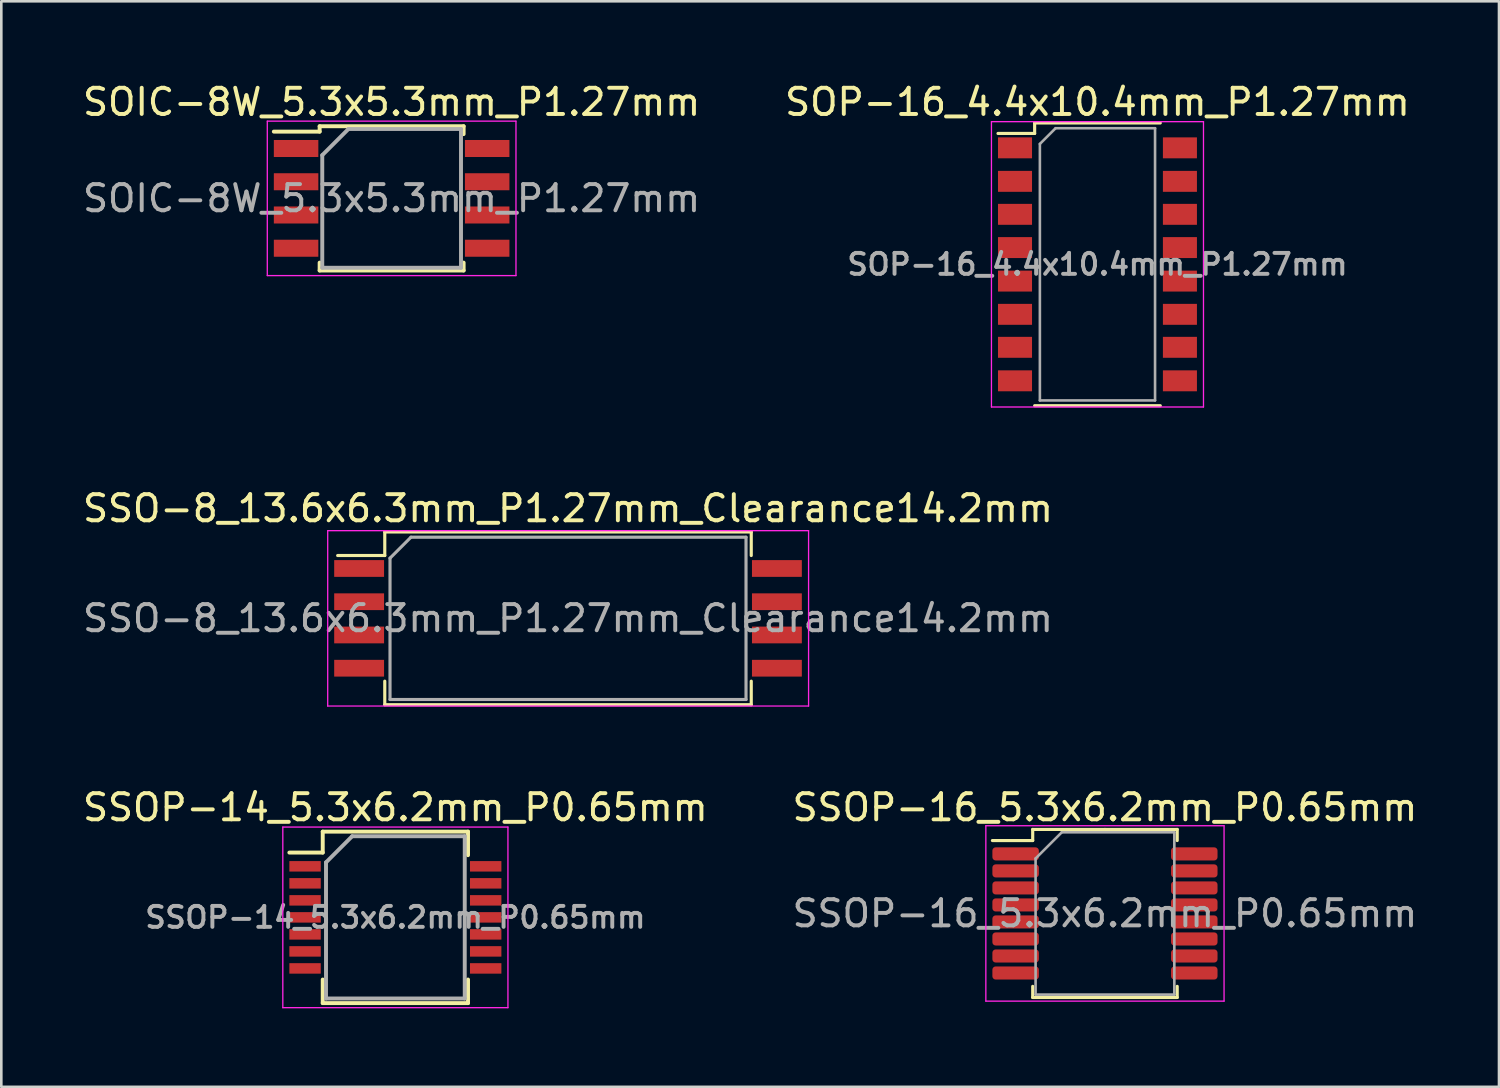
<source format=kicad_pcb>
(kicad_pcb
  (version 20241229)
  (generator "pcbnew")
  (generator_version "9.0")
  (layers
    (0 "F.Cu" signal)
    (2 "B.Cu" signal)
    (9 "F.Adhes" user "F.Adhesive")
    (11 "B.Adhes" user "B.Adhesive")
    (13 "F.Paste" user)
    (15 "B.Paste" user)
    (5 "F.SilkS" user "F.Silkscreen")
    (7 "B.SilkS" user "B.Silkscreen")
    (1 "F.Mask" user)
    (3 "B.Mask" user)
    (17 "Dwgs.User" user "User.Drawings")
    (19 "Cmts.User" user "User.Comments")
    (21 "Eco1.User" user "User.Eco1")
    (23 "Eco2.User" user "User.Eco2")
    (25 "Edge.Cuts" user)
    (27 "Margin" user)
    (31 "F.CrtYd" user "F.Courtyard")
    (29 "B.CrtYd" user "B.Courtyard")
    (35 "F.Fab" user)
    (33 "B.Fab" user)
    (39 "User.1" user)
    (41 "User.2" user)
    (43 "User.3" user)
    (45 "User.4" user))
  (footprint "SOIC-8W_5.3x5.3mm_P1.27mm"
    (layer "F.Cu")
    (at 11.911 4.528)
    (property "Reference" "SOIC-8W_5.3x5.3mm_P1.27mm" (at 0 -3.68 0) (layer "F.SilkS") (effects (font (size 1 1) (thickness 0.15))))
    (attr smd)
    (fp_line (start -2.75 -2.755) (end -2.75 -2.55) (stroke (width 0.15) (type solid)) (layer "F.SilkS"))
    (fp_line (start -2.75 -2.755) (end 2.75 -2.755) (stroke (width 0.15) (type solid)) (layer "F.SilkS"))
    (fp_line (start -2.75 -2.55) (end -4.5 -2.55) (stroke (width 0.15) (type solid)) (layer "F.SilkS"))
    (fp_line (start -2.75 2.755) (end -2.75 2.455) (stroke (width 0.15) (type solid)) (layer "F.SilkS"))
    (fp_line (start -2.75 2.755) (end 2.75 2.755) (stroke (width 0.15) (type solid)) (layer "F.SilkS"))
    (fp_line (start 2.75 -2.755) (end 2.75 -2.455) (stroke (width 0.15) (type solid)) (layer "F.SilkS"))
    (fp_line (start 2.75 2.755) (end 2.75 2.455) (stroke (width 0.15) (type solid)) (layer "F.SilkS"))
    (fp_line (start -4.75 -2.95) (end -4.75 2.95) (stroke (width 0.05) (type solid)) (layer "F.CrtYd"))
    (fp_line (start -4.75 -2.95) (end 4.75 -2.95) (stroke (width 0.05) (type solid)) (layer "F.CrtYd"))
    (fp_line (start -4.75 2.95) (end 4.75 2.95) (stroke (width 0.05) (type solid)) (layer "F.CrtYd"))
    (fp_line (start 4.75 -2.95) (end 4.75 2.95) (stroke (width 0.05) (type solid)) (layer "F.CrtYd"))
    (fp_line (start -2.65 -1.65) (end -1.65 -2.65) (stroke (width 0.15) (type solid)) (layer "F.Fab"))
    (fp_line (start -2.65 2.65) (end -2.65 -1.65) (stroke (width 0.15) (type solid)) (layer "F.Fab"))
    (fp_line (start -1.65 -2.65) (end 2.65 -2.65) (stroke (width 0.15) (type solid)) (layer "F.Fab"))
    (fp_line (start 2.65 -2.65) (end 2.65 2.65) (stroke (width 0.15) (type solid)) (layer "F.Fab"))
    (fp_line (start 2.65 2.65) (end -2.65 2.65) (stroke (width 0.15) (type solid)) (layer "F.Fab"))
    (fp_text user "${REFERENCE}" (at 0 0 0) (layer "F.Fab") (effects (font (size 1 1) (thickness 0.15))))
    (pad "1" smd rect (at -3.65 -1.905) (size 1.7 0.65) (layers "F.Cu" "F.Mask" "F.Paste"))
    (pad "2" smd rect (at -3.65 -0.635) (size 1.7 0.65) (layers "F.Cu" "F.Mask" "F.Paste"))
    (pad "3" smd rect (at -3.65 0.635) (size 1.7 0.65) (layers "F.Cu" "F.Mask" "F.Paste"))
    (pad "4" smd rect (at -3.65 1.905) (size 1.7 0.65) (layers "F.Cu" "F.Mask" "F.Paste"))
    (pad "5" smd rect (at 3.65 1.905) (size 1.7 0.65) (layers "F.Cu" "F.Mask" "F.Paste"))
    (pad "6" smd rect (at 3.65 0.635) (size 1.7 0.65) (layers "F.Cu" "F.Mask" "F.Paste"))
    (pad "7" smd rect (at 3.65 -0.635) (size 1.7 0.65) (layers "F.Cu" "F.Mask" "F.Paste"))
    (pad "8" smd rect (at 3.65 -1.905) (size 1.7 0.65) (layers "F.Cu" "F.Mask" "F.Paste")))
  (footprint "SSOP-14_5.3x6.2mm_P0.65mm"
    (layer "F.Cu")
    (at 12.054 31.995)
    (property "Reference" "SSOP-14_5.3x6.2mm_P0.65mm" (at 0 -4.2 0) (layer "F.SilkS") (effects (font (size 1 1) (thickness 0.15))))
    (attr smd)
    (fp_line (start -2.775 -3.275) (end -2.775 -2.475) (stroke (width 0.15) (type solid)) (layer "F.SilkS"))
    (fp_line (start -2.775 -3.275) (end 2.775 -3.275) (stroke (width 0.15) (type solid)) (layer "F.SilkS"))
    (fp_line (start -2.775 -2.475) (end -4.05 -2.475) (stroke (width 0.15) (type solid)) (layer "F.SilkS"))
    (fp_line (start -2.775 3.275) (end -2.775 2.375) (stroke (width 0.15) (type solid)) (layer "F.SilkS"))
    (fp_line (start -2.775 3.275) (end 2.775 3.275) (stroke (width 0.15) (type solid)) (layer "F.SilkS"))
    (fp_line (start 2.775 -3.275) (end 2.775 -2.375) (stroke (width 0.15) (type solid)) (layer "F.SilkS"))
    (fp_line (start 2.775 3.275) (end 2.775 2.375) (stroke (width 0.15) (type solid)) (layer "F.SilkS"))
    (fp_line (start -4.3 -3.45) (end -4.3 3.45) (stroke (width 0.05) (type solid)) (layer "F.CrtYd"))
    (fp_line (start -4.3 -3.45) (end 4.3 -3.45) (stroke (width 0.05) (type solid)) (layer "F.CrtYd"))
    (fp_line (start -4.3 3.45) (end 4.3 3.45) (stroke (width 0.05) (type solid)) (layer "F.CrtYd"))
    (fp_line (start 4.3 -3.45) (end 4.3 3.45) (stroke (width 0.05) (type solid)) (layer "F.CrtYd"))
    (fp_line (start -2.65 -2.1) (end -1.65 -3.1) (stroke (width 0.15) (type solid)) (layer "F.Fab"))
    (fp_line (start -2.65 3.1) (end -2.65 -2.1) (stroke (width 0.15) (type solid)) (layer "F.Fab"))
    (fp_line (start -1.65 -3.1) (end 2.65 -3.1) (stroke (width 0.15) (type solid)) (layer "F.Fab"))
    (fp_line (start 2.65 -3.1) (end 2.65 3.1) (stroke (width 0.15) (type solid)) (layer "F.Fab"))
    (fp_line (start 2.65 3.1) (end -2.65 3.1) (stroke (width 0.15) (type solid)) (layer "F.Fab"))
    (fp_text user "${REFERENCE}" (at 0 0 0) (layer "F.Fab") (effects (font (size 0.8 0.8) (thickness 0.15))))
    (pad "1" smd rect (at -3.45 -1.95) (size 1.2 0.4) (layers "F.Cu" "F.Mask" "F.Paste"))
    (pad "2" smd rect (at -3.45 -1.3) (size 1.2 0.4) (layers "F.Cu" "F.Mask" "F.Paste"))
    (pad "3" smd rect (at -3.45 -0.65) (size 1.2 0.4) (layers "F.Cu" "F.Mask" "F.Paste"))
    (pad "4" smd rect (at -3.45 0) (size 1.2 0.4) (layers "F.Cu" "F.Mask" "F.Paste"))
    (pad "5" smd rect (at -3.45 0.65) (size 1.2 0.4) (layers "F.Cu" "F.Mask" "F.Paste"))
    (pad "6" smd rect (at -3.45 1.3) (size 1.2 0.4) (layers "F.Cu" "F.Mask" "F.Paste"))
    (pad "7" smd rect (at -3.45 1.95) (size 1.2 0.4) (layers "F.Cu" "F.Mask" "F.Paste"))
    (pad "8" smd rect (at 3.45 1.95) (size 1.2 0.4) (layers "F.Cu" "F.Mask" "F.Paste"))
    (pad "9" smd rect (at 3.45 1.3) (size 1.2 0.4) (layers "F.Cu" "F.Mask" "F.Paste"))
    (pad "10" smd rect (at 3.45 0.65) (size 1.2 0.4) (layers "F.Cu" "F.Mask" "F.Paste"))
    (pad "11" smd rect (at 3.45 0) (size 1.2 0.4) (layers "F.Cu" "F.Mask" "F.Paste"))
    (pad "12" smd rect (at 3.45 -0.65) (size 1.2 0.4) (layers "F.Cu" "F.Mask" "F.Paste"))
    (pad "13" smd rect (at 3.45 -1.3) (size 1.2 0.4) (layers "F.Cu" "F.Mask" "F.Paste"))
    (pad "14" smd rect (at 3.45 -1.95) (size 1.2 0.4) (layers "F.Cu" "F.Mask" "F.Paste")))
  (footprint "SOP-16_4.4x10.4mm_P1.27mm"
    (layer "F.Cu")
    (at 38.875 7.048)
    (property "Reference" "SOP-16_4.4x10.4mm_P1.27mm" (at 0 -6.2 0) (layer "F.SilkS") (effects (font (size 1 1) (thickness 0.15))))
    (attr smd)
    (fp_line (start -2.4 -5.4) (end -2.4 -5) (stroke (width 0.12) (type solid)) (layer "F.SilkS"))
    (fp_line (start -2.4 -5.4) (end 2.4 -5.4) (stroke (width 0.12) (type solid)) (layer "F.SilkS"))
    (fp_line (start -2.4 -5) (end -3.8 -5) (stroke (width 0.12) (type solid)) (layer "F.SilkS"))
    (fp_line (start -2.4 5.4) (end 2.4 5.4) (stroke (width 0.12) (type solid)) (layer "F.SilkS"))
    (fp_line (start -4.05 -5.45) (end -4.05 5.45) (stroke (width 0.05) (type solid)) (layer "F.CrtYd"))
    (fp_line (start -4.05 -5.45) (end 4.05 -5.45) (stroke (width 0.05) (type solid)) (layer "F.CrtYd"))
    (fp_line (start 4.05 5.45) (end -4.05 5.45) (stroke (width 0.05) (type solid)) (layer "F.CrtYd"))
    (fp_line (start 4.05 5.45) (end 4.05 -5.45) (stroke (width 0.05) (type solid)) (layer "F.CrtYd"))
    (fp_line (start -2.2 -4.6) (end -1.6 -5.2) (stroke (width 0.1) (type solid)) (layer "F.Fab"))
    (fp_line (start -2.2 5.2) (end -2.2 -4.6) (stroke (width 0.1) (type solid)) (layer "F.Fab"))
    (fp_line (start -1.6 -5.2) (end 2.2 -5.2) (stroke (width 0.1) (type solid)) (layer "F.Fab"))
    (fp_line (start 2.2 -5.2) (end 2.2 5.2) (stroke (width 0.1) (type solid)) (layer "F.Fab"))
    (fp_line (start 2.2 5.2) (end -2.2 5.2) (stroke (width 0.1) (type solid)) (layer "F.Fab"))
    (fp_text user "${REFERENCE}" (at 0 0 0) (layer "F.Fab") (effects (font (size 0.8 0.8) (thickness 0.15))))
    (pad "1" smd rect (at -3.15 -4.45) (size 1.3 0.8) (layers "F.Cu" "F.Mask" "F.Paste"))
    (pad "2" smd rect (at -3.15 -3.17) (size 1.3 0.8) (layers "F.Cu" "F.Mask" "F.Paste"))
    (pad "3" smd rect (at -3.15 -1.91) (size 1.3 0.8) (layers "F.Cu" "F.Mask" "F.Paste"))
    (pad "4" smd rect (at -3.15 -0.64) (size 1.3 0.8) (layers "F.Cu" "F.Mask" "F.Paste"))
    (pad "5" smd rect (at -3.15 0.64) (size 1.3 0.8) (layers "F.Cu" "F.Mask" "F.Paste"))
    (pad "6" smd rect (at -3.15 1.91) (size 1.3 0.8) (layers "F.Cu" "F.Mask" "F.Paste"))
    (pad "7" smd rect (at -3.15 3.17) (size 1.3 0.8) (layers "F.Cu" "F.Mask" "F.Paste"))
    (pad "8" smd rect (at -3.15 4.45) (size 1.3 0.8) (layers "F.Cu" "F.Mask" "F.Paste"))
    (pad "9" smd rect (at 3.15 4.45) (size 1.3 0.8) (layers "F.Cu" "F.Mask" "F.Paste"))
    (pad "10" smd rect (at 3.15 3.17) (size 1.3 0.8) (layers "F.Cu" "F.Mask" "F.Paste"))
    (pad "11" smd rect (at 3.15 1.91) (size 1.3 0.8) (layers "F.Cu" "F.Mask" "F.Paste"))
    (pad "12" smd rect (at 3.15 0.64) (size 1.3 0.8) (layers "F.Cu" "F.Mask" "F.Paste"))
    (pad "13" smd rect (at 3.15 -0.64) (size 1.3 0.8) (layers "F.Cu" "F.Mask" "F.Paste"))
    (pad "14" smd rect (at 3.15 -1.91) (size 1.3 0.8) (layers "F.Cu" "F.Mask" "F.Paste"))
    (pad "15" smd rect (at 3.15 -3.17) (size 1.3 0.8) (layers "F.Cu" "F.Mask" "F.Paste"))
    (pad "16" smd rect (at 3.15 -4.45) (size 1.3 0.8) (layers "F.Cu" "F.Mask" "F.Paste")))
  (footprint "SSO-8_13.6x6.3mm_P1.27mm_Clearance14.2mm"
    (layer "F.Cu")
    (at 18.649 20.572)
    (property "Reference" "SSO-8_13.6x6.3mm_P1.27mm_Clearance14.2mm" (at 0 -4.2 0) (layer "F.SilkS") (effects (font (size 1 1) (thickness 0.15))))
    (attr smd)
    (fp_line (start -8.8 -2.4) (end -7 -2.4) (stroke (width 0.12) (type solid)) (layer "F.SilkS"))
    (fp_line (start -7 -3.3) (end 7 -3.3) (stroke (width 0.12) (type solid)) (layer "F.SilkS"))
    (fp_line (start -7 -2.4) (end -7 -3.3) (stroke (width 0.12) (type solid)) (layer "F.SilkS"))
    (fp_line (start -7 3.3) (end -7 2.4) (stroke (width 0.12) (type solid)) (layer "F.SilkS"))
    (fp_line (start 7 -3.3) (end 7 -2.4) (stroke (width 0.12) (type solid)) (layer "F.SilkS"))
    (fp_line (start 7 2.4) (end 7 3.3) (stroke (width 0.12) (type solid)) (layer "F.SilkS"))
    (fp_line (start 7 3.3) (end -7 3.3) (stroke (width 0.12) (type solid)) (layer "F.SilkS"))
    (fp_line (start -9.18 -3.35) (end -9.18 3.35) (stroke (width 0.05) (type solid)) (layer "F.CrtYd"))
    (fp_line (start -9.18 -3.35) (end 9.19 -3.35) (stroke (width 0.05) (type solid)) (layer "F.CrtYd"))
    (fp_line (start 9.19 3.35) (end -9.18 3.35) (stroke (width 0.05) (type solid)) (layer "F.CrtYd"))
    (fp_line (start 9.19 3.35) (end 9.19 -3.35) (stroke (width 0.05) (type solid)) (layer "F.CrtYd"))
    (fp_line (start -6.8 -2.3) (end -6.8 3.1) (stroke (width 0.12) (type solid)) (layer "F.Fab"))
    (fp_line (start -6.8 3.1) (end 6.8 3.1) (stroke (width 0.12) (type solid)) (layer "F.Fab"))
    (fp_line (start -6 -3.1) (end -6.8 -2.3) (stroke (width 0.12) (type solid)) (layer "F.Fab"))
    (fp_line (start 6.8 -3.1) (end -6 -3.1) (stroke (width 0.12) (type solid)) (layer "F.Fab"))
    (fp_line (start 6.8 3.1) (end 6.8 -3.1) (stroke (width 0.12) (type solid)) (layer "F.Fab"))
    (fp_text user "${REFERENCE}" (at 0 0 0) (layer "F.Fab") (effects (font (size 1 1) (thickness 0.15))))
    (pad "1" smd rect (at -7.98 -1.905) (size 1.905 0.64) (layers "F.Cu" "F.Mask" "F.Paste"))
    (pad "2" smd rect (at -7.98 -0.635) (size 1.905 0.64) (layers "F.Cu" "F.Mask" "F.Paste"))
    (pad "3" smd rect (at -7.98 0.635) (size 1.905 0.64) (layers "F.Cu" "F.Mask" "F.Paste"))
    (pad "4" smd rect (at -7.98 1.905) (size 1.905 0.64) (layers "F.Cu" "F.Mask" "F.Paste"))
    (pad "5" smd rect (at 7.98 1.905) (size 1.905 0.64) (layers "F.Cu" "F.Mask" "F.Paste"))
    (pad "6" smd rect (at 7.98 0.635) (size 1.905 0.64) (layers "F.Cu" "F.Mask" "F.Paste"))
    (pad "7" smd rect (at 7.98 -0.635) (size 1.905 0.64) (layers "F.Cu" "F.Mask" "F.Paste"))
    (pad "8" smd rect (at 7.98 -1.905) (size 1.905 0.64) (layers "F.Cu" "F.Mask" "F.Paste")))
  (footprint "SSOP-16_5.3x6.2mm_P0.65mm"
    (layer "F.Cu")
    (at 39.161 31.845)
    (property "Reference" "SSOP-16_5.3x6.2mm_P0.65mm" (at 0 -4.05 0) (layer "F.SilkS") (effects (font (size 1 1) (thickness 0.15))))
    (attr smd)
    (fp_line (start -2.76 -3.21) (end -2.76 -2.785) (stroke (width 0.12) (type solid)) (layer "F.SilkS"))
    (fp_line (start -2.76 -2.785) (end -4.3 -2.785) (stroke (width 0.12) (type solid)) (layer "F.SilkS"))
    (fp_line (start -2.76 3.21) (end -2.76 2.785) (stroke (width 0.12) (type solid)) (layer "F.SilkS"))
    (fp_line (start 0 -3.21) (end -2.76 -3.21) (stroke (width 0.12) (type solid)) (layer "F.SilkS"))
    (fp_line (start 0 -3.21) (end 2.76 -3.21) (stroke (width 0.12) (type solid)) (layer "F.SilkS"))
    (fp_line (start 0 3.21) (end -2.76 3.21) (stroke (width 0.12) (type solid)) (layer "F.SilkS"))
    (fp_line (start 0 3.21) (end 2.76 3.21) (stroke (width 0.12) (type solid)) (layer "F.SilkS"))
    (fp_line (start 2.76 -3.21) (end 2.76 -2.785) (stroke (width 0.12) (type solid)) (layer "F.SilkS"))
    (fp_line (start 2.76 3.21) (end 2.76 2.785) (stroke (width 0.12) (type solid)) (layer "F.SilkS"))
    (fp_line (start -4.55 -3.35) (end -4.55 3.35) (stroke (width 0.05) (type solid)) (layer "F.CrtYd"))
    (fp_line (start -4.55 3.35) (end 4.55 3.35) (stroke (width 0.05) (type solid)) (layer "F.CrtYd"))
    (fp_line (start 4.55 -3.35) (end -4.55 -3.35) (stroke (width 0.05) (type solid)) (layer "F.CrtYd"))
    (fp_line (start 4.55 3.35) (end 4.55 -3.35) (stroke (width 0.05) (type solid)) (layer "F.CrtYd"))
    (fp_line (start -2.65 -2.1) (end -1.65 -3.1) (stroke (width 0.1) (type solid)) (layer "F.Fab"))
    (fp_line (start -2.65 3.1) (end -2.65 -2.1) (stroke (width 0.1) (type solid)) (layer "F.Fab"))
    (fp_line (start -1.65 -3.1) (end 2.65 -3.1) (stroke (width 0.1) (type solid)) (layer "F.Fab"))
    (fp_line (start 2.65 -3.1) (end 2.65 3.1) (stroke (width 0.1) (type solid)) (layer "F.Fab"))
    (fp_line (start 2.65 3.1) (end -2.65 3.1) (stroke (width 0.1) (type solid)) (layer "F.Fab"))
    (fp_text user "${REFERENCE}" (at 0 0 0) (layer "F.Fab") (effects (font (size 1 1) (thickness 0.15))))
    (pad "1" smd roundrect (at -3.413 -2.275) (size 1.775 0.5) (layers "F.Cu" "F.Mask" "F.Paste") (roundrect_rratio 0.25))
    (pad "2" smd roundrect (at -3.413 -1.625) (size 1.775 0.5) (layers "F.Cu" "F.Mask" "F.Paste") (roundrect_rratio 0.25))
    (pad "3" smd roundrect (at -3.413 -0.975) (size 1.775 0.5) (layers "F.Cu" "F.Mask" "F.Paste") (roundrect_rratio 0.25))
    (pad "4" smd roundrect (at -3.413 -0.325) (size 1.775 0.5) (layers "F.Cu" "F.Mask" "F.Paste") (roundrect_rratio 0.25))
    (pad "5" smd roundrect (at -3.413 0.325) (size 1.775 0.5) (layers "F.Cu" "F.Mask" "F.Paste") (roundrect_rratio 0.25))
    (pad "6" smd roundrect (at -3.413 0.975) (size 1.775 0.5) (layers "F.Cu" "F.Mask" "F.Paste") (roundrect_rratio 0.25))
    (pad "7" smd roundrect (at -3.413 1.625) (size 1.775 0.5) (layers "F.Cu" "F.Mask" "F.Paste") (roundrect_rratio 0.25))
    (pad "8" smd roundrect (at -3.413 2.275) (size 1.775 0.5) (layers "F.Cu" "F.Mask" "F.Paste") (roundrect_rratio 0.25))
    (pad "9" smd roundrect (at 3.413 2.275) (size 1.775 0.5) (layers "F.Cu" "F.Mask" "F.Paste") (roundrect_rratio 0.25))
    (pad "10" smd roundrect (at 3.413 1.625) (size 1.775 0.5) (layers "F.Cu" "F.Mask" "F.Paste") (roundrect_rratio 0.25))
    (pad "11" smd roundrect (at 3.413 0.975) (size 1.775 0.5) (layers "F.Cu" "F.Mask" "F.Paste") (roundrect_rratio 0.25))
    (pad "12" smd roundrect (at 3.413 0.325) (size 1.775 0.5) (layers "F.Cu" "F.Mask" "F.Paste") (roundrect_rratio 0.25))
    (pad "13" smd roundrect (at 3.413 -0.325) (size 1.775 0.5) (layers "F.Cu" "F.Mask" "F.Paste") (roundrect_rratio 0.25))
    (pad "14" smd roundrect (at 3.413 -0.975) (size 1.775 0.5) (layers "F.Cu" "F.Mask" "F.Paste") (roundrect_rratio 0.25))
    (pad "15" smd roundrect (at 3.413 -1.625) (size 1.775 0.5) (layers "F.Cu" "F.Mask" "F.Paste") (roundrect_rratio 0.25))
    (pad "16" smd roundrect (at 3.413 -2.275) (size 1.775 0.5) (layers "F.Cu" "F.Mask" "F.Paste") (roundrect_rratio 0.25)))
  (gr_rect
    (start -3 -3)
    (end 54.214 38.47)
    (stroke (width 0.1) (type default))
    (fill no)
    (layer "Edge.Cuts")))
</source>
